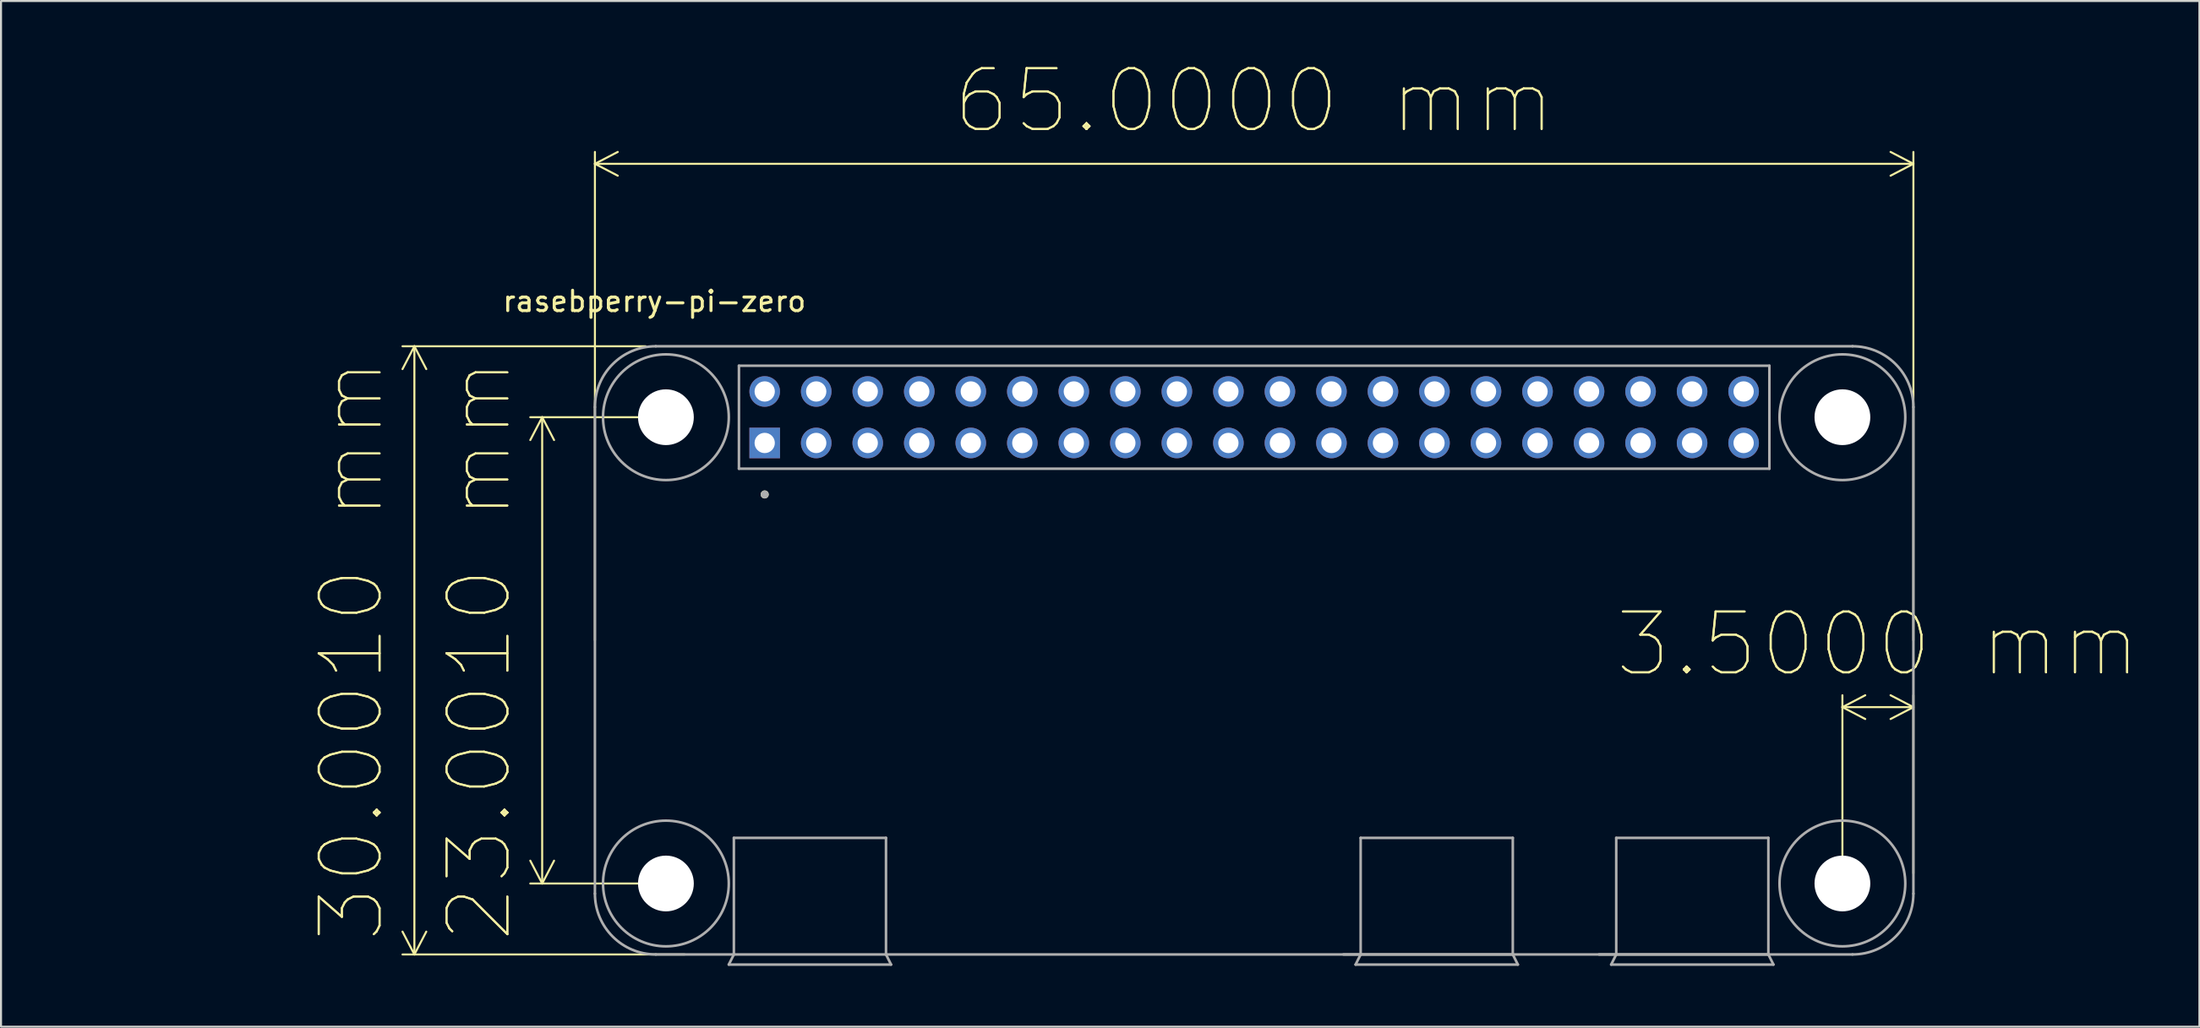
<source format=kicad_pcb>
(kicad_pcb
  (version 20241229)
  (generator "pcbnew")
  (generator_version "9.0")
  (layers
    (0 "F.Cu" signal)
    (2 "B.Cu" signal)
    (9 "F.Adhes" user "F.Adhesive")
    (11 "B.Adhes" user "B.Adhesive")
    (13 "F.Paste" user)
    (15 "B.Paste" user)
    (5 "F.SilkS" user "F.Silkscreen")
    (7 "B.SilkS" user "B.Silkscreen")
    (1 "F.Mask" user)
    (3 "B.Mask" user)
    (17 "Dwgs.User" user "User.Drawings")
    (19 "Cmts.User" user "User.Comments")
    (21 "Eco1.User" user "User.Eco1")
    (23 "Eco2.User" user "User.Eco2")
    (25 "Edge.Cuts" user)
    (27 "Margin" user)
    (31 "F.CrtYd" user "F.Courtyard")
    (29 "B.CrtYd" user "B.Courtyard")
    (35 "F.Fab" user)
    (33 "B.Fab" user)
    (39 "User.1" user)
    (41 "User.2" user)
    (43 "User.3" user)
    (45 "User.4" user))
  (footprint "rasebperry-pi-zero"
    (layer "F.Cu")
    (at 58.779 29.03)
    (property "Reference" "rasebperry-pi-zero" (at -29.569 -17.216 0) (layer "F.SilkS") (effects (font (size 1.002 1.002) (thickness 0.15))))
    (attr through_hole)
    (fp_circle (center -24.13 -7.69) (end -24.03 -7.69) (stroke (width 0.2) (type solid)) (fill no) (layer "F.SilkS"))
    (fp_line (start -32.5 -12) (end -32.5 12) (stroke (width 0.127) (type solid)) (layer "F.Fab"))
    (fp_line (start -29.5 15) (end -25.65 15) (stroke (width 0.127) (type solid)) (layer "F.Fab"))
    (fp_line (start -25.9 15.5) (end -17.9 15.5) (stroke (width 0.127) (type solid)) (layer "F.Fab"))
    (fp_line (start -25.65 9.25) (end -18.15 9.25) (stroke (width 0.127) (type solid)) (layer "F.Fab"))
    (fp_line (start -25.65 15) (end -25.9 15.5) (stroke (width 0.127) (type solid)) (layer "F.Fab"))
    (fp_line (start -25.65 15) (end -25.65 9.25) (stroke (width 0.127) (type solid)) (layer "F.Fab"))
    (fp_line (start -25.65 15) (end -18.15 15) (stroke (width 0.127) (type solid)) (layer "F.Fab"))
    (fp_line (start -25.4 -14.04) (end -25.4 -8.96) (stroke (width 0.127) (type solid)) (layer "F.Fab"))
    (fp_line (start -25.4 -8.96) (end 25.4 -8.96) (stroke (width 0.127) (type solid)) (layer "F.Fab"))
    (fp_line (start -18.15 9.25) (end -18.15 15) (stroke (width 0.127) (type solid)) (layer "F.Fab"))
    (fp_line (start -18.15 15) (end 29.5 15) (stroke (width 0.127) (type solid)) (layer "F.Fab"))
    (fp_line (start -17.9 15.5) (end -18.15 15) (stroke (width 0.127) (type solid)) (layer "F.Fab"))
    (fp_line (start 4.4 15) (end 5.25 15) (stroke (width 0.127) (type solid)) (layer "F.Fab"))
    (fp_line (start 5 15.5) (end 13 15.5) (stroke (width 0.127) (type solid)) (layer "F.Fab"))
    (fp_line (start 5.25 9.25) (end 12.75 9.25) (stroke (width 0.127) (type solid)) (layer "F.Fab"))
    (fp_line (start 5.25 15) (end 5 15.5) (stroke (width 0.127) (type solid)) (layer "F.Fab"))
    (fp_line (start 5.25 15) (end 5.25 9.25) (stroke (width 0.127) (type solid)) (layer "F.Fab"))
    (fp_line (start 5.25 15) (end 12.75 15) (stroke (width 0.127) (type solid)) (layer "F.Fab"))
    (fp_line (start 12.75 9.25) (end 12.75 15) (stroke (width 0.127) (type solid)) (layer "F.Fab"))
    (fp_line (start 13 15.5) (end 12.75 15) (stroke (width 0.127) (type solid)) (layer "F.Fab"))
    (fp_line (start 17 15) (end 17.85 15) (stroke (width 0.127) (type solid)) (layer "F.Fab"))
    (fp_line (start 17.6 15.5) (end 25.6 15.5) (stroke (width 0.127) (type solid)) (layer "F.Fab"))
    (fp_line (start 17.85 9.25) (end 25.35 9.25) (stroke (width 0.127) (type solid)) (layer "F.Fab"))
    (fp_line (start 17.85 15) (end 17.6 15.5) (stroke (width 0.127) (type solid)) (layer "F.Fab"))
    (fp_line (start 17.85 15) (end 17.85 9.25) (stroke (width 0.127) (type solid)) (layer "F.Fab"))
    (fp_line (start 17.85 15) (end 25.35 15) (stroke (width 0.127) (type solid)) (layer "F.Fab"))
    (fp_line (start 25.35 9.25) (end 25.35 15) (stroke (width 0.127) (type solid)) (layer "F.Fab"))
    (fp_line (start 25.4 -14.04) (end -25.4 -14.04) (stroke (width 0.127) (type solid)) (layer "F.Fab"))
    (fp_line (start 25.4 -8.96) (end 25.4 -14.04) (stroke (width 0.127) (type solid)) (layer "F.Fab"))
    (fp_line (start 25.6 15.5) (end 25.35 15) (stroke (width 0.127) (type solid)) (layer "F.Fab"))
    (fp_line (start 29.5 -15) (end -29.5 -15) (stroke (width 0.127) (type solid)) (layer "F.Fab"))
    (fp_line (start 32.5 12) (end 32.5 -12) (stroke (width 0.127) (type solid)) (layer "F.Fab"))
    (fp_arc (start -32.5 -12) (mid -31.62132 -14.12132) (end -29.5 -15) (stroke (width 0.127) (type solid)) (layer "F.Fab"))
    (fp_arc (start -29.5 15) (mid -31.62132 14.12132) (end -32.5 12) (stroke (width 0.127) (type solid)) (layer "F.Fab"))
    (fp_arc (start 29.5 -15) (mid 31.62132 -14.12132) (end 32.5 -12) (stroke (width 0.127) (type solid)) (layer "F.Fab"))
    (fp_arc (start 32.5 12) (mid 31.62132 14.12132) (end 29.5 15) (stroke (width 0.127) (type solid)) (layer "F.Fab"))
    (fp_circle (center -29 -11.5) (end -25.9 -11.5) (stroke (width 0.127) (type solid)) (fill no) (layer "F.Fab"))
    (fp_circle (center -29 11.5) (end -25.9 11.5) (stroke (width 0.127) (type solid)) (fill no) (layer "F.Fab"))
    (fp_circle (center -24.13 -7.69) (end -24.03 -7.69) (stroke (width 0.2) (type solid)) (fill no) (layer "F.Fab"))
    (fp_circle (center 29 -11.5) (end 32.1 -11.5) (stroke (width 0.127) (type solid)) (fill no) (layer "F.Fab"))
    (fp_circle (center 29 11.5) (end 32.1 11.5) (stroke (width 0.127) (type solid)) (fill no) (layer "F.Fab"))
    (dimension (type aligned) (layer "F.SilkS") (pts (xy 87.779 40.531) (xy 91.279 40.531)) (height -8.7) (format (prefix "") (suffix "") (units 3) (units_format 1) (precision 4)) (style (thickness 0.1) (arrow_length 1.27) (text_position_mode 0) (arrow_direction outward) (extension_height 0.586) (extension_offset 0.5) (keep_text_aligned yes)) (gr_text "3.5000 mm" (at 89.529 28.73 0) (layer "F.SilkS") (effects (font (size 3 3) (thickness 0.1)))))
    (dimension (type aligned) (layer "F.SilkS") (pts (xy 26.279 29.03) (xy 91.279 29.03)) (height -24) (format (prefix "") (suffix "") (units 3) (units_format 1) (precision 4)) (style (thickness 0.1) (arrow_length 1.27) (text_position_mode 0) (arrow_direction outward) (extension_height 0.586) (extension_offset 0.5) (keep_text_aligned yes)) (gr_text "65.0000 mm" (at 58.779 1.931 0) (layer "F.SilkS") (effects (font (size 3 3.1) (thickness 0.1)))))
    (dimension (type orthogonal) (layer "F.SilkS") (pts (xy 29.779 17.53) (xy 29.779 40.531)) (height -6.1) (orientation 1) (format (prefix "") (suffix "") (units 3) (units_format 1) (precision 4)) (style (thickness 0.1) (arrow_length 1.27) (text_position_mode 0) (arrow_direction outward) (extension_height 0.586) (extension_offset 0.5) (keep_text_aligned yes)) (gr_text "23.0000 mm" (at 20.579 29.03 90) (layer "F.SilkS") (effects (font (size 3 3) (thickness 0.1)))))
    (dimension (type orthogonal) (layer "F.SilkS") (pts (xy 29.279 14.03) (xy 31.204 44.031)) (height -11.9) (orientation 1) (format (prefix "") (suffix "") (units 3) (units_format 1) (precision 4)) (style (thickness 0.1) (arrow_length 1.27) (text_position_mode 0) (arrow_direction outward) (extension_height 0.586) (extension_offset 0.5) (keep_text_aligned yes)) (gr_text "30.0000 mm" (at 14.279 29.03 90) (layer "F.SilkS") (effects (font (size 3 3) (thickness 0.1)))))
    (pad "" np_thru_hole circle (at -29 -11.5) (size 2.75 2.75) (drill 2.75) (layers "*.Cu" "*.Mask"))
    (pad "" np_thru_hole circle (at -29 11.5) (size 2.75 2.75) (drill 2.75) (layers "*.Cu" "*.Mask"))
    (pad "" np_thru_hole circle (at 29 -11.5) (size 2.75 2.75) (drill 2.75) (layers "*.Cu" "*.Mask"))
    (pad "" np_thru_hole circle (at 29 11.5) (size 2.75 2.75) (drill 2.75) (layers "*.Cu" "*.Mask"))
    (pad "1" thru_hole rect (at -24.13 -10.23) (size 1.508 1.508) (drill 1) (layers "*.Cu" "*.Mask"))
    (pad "2" thru_hole circle (at -24.13 -12.77) (size 1.508 1.508) (drill 1) (layers "*.Cu" "*.Mask"))
    (pad "3" thru_hole circle (at -21.59 -10.23) (size 1.508 1.508) (drill 1) (layers "*.Cu" "*.Mask"))
    (pad "4" thru_hole circle (at -21.59 -12.77) (size 1.508 1.508) (drill 1) (layers "*.Cu" "*.Mask"))
    (pad "5" thru_hole circle (at -19.05 -10.23) (size 1.508 1.508) (drill 1) (layers "*.Cu" "*.Mask"))
    (pad "6" thru_hole circle (at -19.05 -12.77) (size 1.508 1.508) (drill 1) (layers "*.Cu" "*.Mask"))
    (pad "7" thru_hole circle (at -16.51 -10.23) (size 1.508 1.508) (drill 1) (layers "*.Cu" "*.Mask"))
    (pad "8" thru_hole circle (at -16.51 -12.77) (size 1.508 1.508) (drill 1) (layers "*.Cu" "*.Mask"))
    (pad "9" thru_hole circle (at -13.97 -10.23) (size 1.508 1.508) (drill 1) (layers "*.Cu" "*.Mask"))
    (pad "10" thru_hole circle (at -13.97 -12.77) (size 1.508 1.508) (drill 1) (layers "*.Cu" "*.Mask"))
    (pad "11" thru_hole circle (at -11.43 -10.23) (size 1.508 1.508) (drill 1) (layers "*.Cu" "*.Mask"))
    (pad "12" thru_hole circle (at -11.43 -12.77) (size 1.508 1.508) (drill 1) (layers "*.Cu" "*.Mask"))
    (pad "13" thru_hole circle (at -8.89 -10.23) (size 1.508 1.508) (drill 1) (layers "*.Cu" "*.Mask"))
    (pad "14" thru_hole circle (at -8.89 -12.77) (size 1.508 1.508) (drill 1) (layers "*.Cu" "*.Mask"))
    (pad "15" thru_hole circle (at -6.35 -10.23) (size 1.508 1.508) (drill 1) (layers "*.Cu" "*.Mask"))
    (pad "16" thru_hole circle (at -6.35 -12.77) (size 1.508 1.508) (drill 1) (layers "*.Cu" "*.Mask"))
    (pad "17" thru_hole circle (at -3.81 -10.23) (size 1.508 1.508) (drill 1) (layers "*.Cu" "*.Mask"))
    (pad "18" thru_hole circle (at -3.81 -12.77) (size 1.508 1.508) (drill 1) (layers "*.Cu" "*.Mask"))
    (pad "19" thru_hole circle (at -1.27 -10.23) (size 1.508 1.508) (drill 1) (layers "*.Cu" "*.Mask"))
    (pad "20" thru_hole circle (at -1.27 -12.77) (size 1.508 1.508) (drill 1) (layers "*.Cu" "*.Mask"))
    (pad "21" thru_hole circle (at 1.27 -10.23) (size 1.508 1.508) (drill 1) (layers "*.Cu" "*.Mask"))
    (pad "22" thru_hole circle (at 1.27 -12.77) (size 1.508 1.508) (drill 1) (layers "*.Cu" "*.Mask"))
    (pad "23" thru_hole circle (at 3.81 -10.23) (size 1.508 1.508) (drill 1) (layers "*.Cu" "*.Mask"))
    (pad "24" thru_hole circle (at 3.81 -12.77) (size 1.508 1.508) (drill 1) (layers "*.Cu" "*.Mask"))
    (pad "25" thru_hole circle (at 6.35 -10.23) (size 1.508 1.508) (drill 1) (layers "*.Cu" "*.Mask"))
    (pad "26" thru_hole circle (at 6.35 -12.77) (size 1.508 1.508) (drill 1) (layers "*.Cu" "*.Mask"))
    (pad "27" thru_hole circle (at 8.89 -10.23) (size 1.508 1.508) (drill 1) (layers "*.Cu" "*.Mask"))
    (pad "28" thru_hole circle (at 8.89 -12.77) (size 1.508 1.508) (drill 1) (layers "*.Cu" "*.Mask"))
    (pad "29" thru_hole circle (at 11.43 -10.23) (size 1.508 1.508) (drill 1) (layers "*.Cu" "*.Mask"))
    (pad "30" thru_hole circle (at 11.43 -12.77) (size 1.508 1.508) (drill 1) (layers "*.Cu" "*.Mask"))
    (pad "31" thru_hole circle (at 13.97 -10.23) (size 1.508 1.508) (drill 1) (layers "*.Cu" "*.Mask"))
    (pad "32" thru_hole circle (at 13.97 -12.77) (size 1.508 1.508) (drill 1) (layers "*.Cu" "*.Mask"))
    (pad "33" thru_hole circle (at 16.51 -10.23) (size 1.508 1.508) (drill 1) (layers "*.Cu" "*.Mask"))
    (pad "34" thru_hole circle (at 16.51 -12.77) (size 1.508 1.508) (drill 1) (layers "*.Cu" "*.Mask"))
    (pad "35" thru_hole circle (at 19.05 -10.23) (size 1.508 1.508) (drill 1) (layers "*.Cu" "*.Mask"))
    (pad "36" thru_hole circle (at 19.05 -12.77) (size 1.508 1.508) (drill 1) (layers "*.Cu" "*.Mask"))
    (pad "37" thru_hole circle (at 21.59 -10.23) (size 1.508 1.508) (drill 1) (layers "*.Cu" "*.Mask"))
    (pad "38" thru_hole circle (at 21.59 -12.77) (size 1.508 1.508) (drill 1) (layers "*.Cu" "*.Mask"))
    (pad "39" thru_hole circle (at 24.13 -10.23) (size 1.508 1.508) (drill 1) (layers "*.Cu" "*.Mask"))
    (pad "40" thru_hole circle (at 24.13 -12.77) (size 1.508 1.508) (drill 1) (layers "*.Cu" "*.Mask")))
  (gr_rect
    (start -3 -3)
    (end 105.379 47.594)
    (stroke (width 0.1) (type default))
    (fill no)
    (layer "Edge.Cuts")))
</source>
